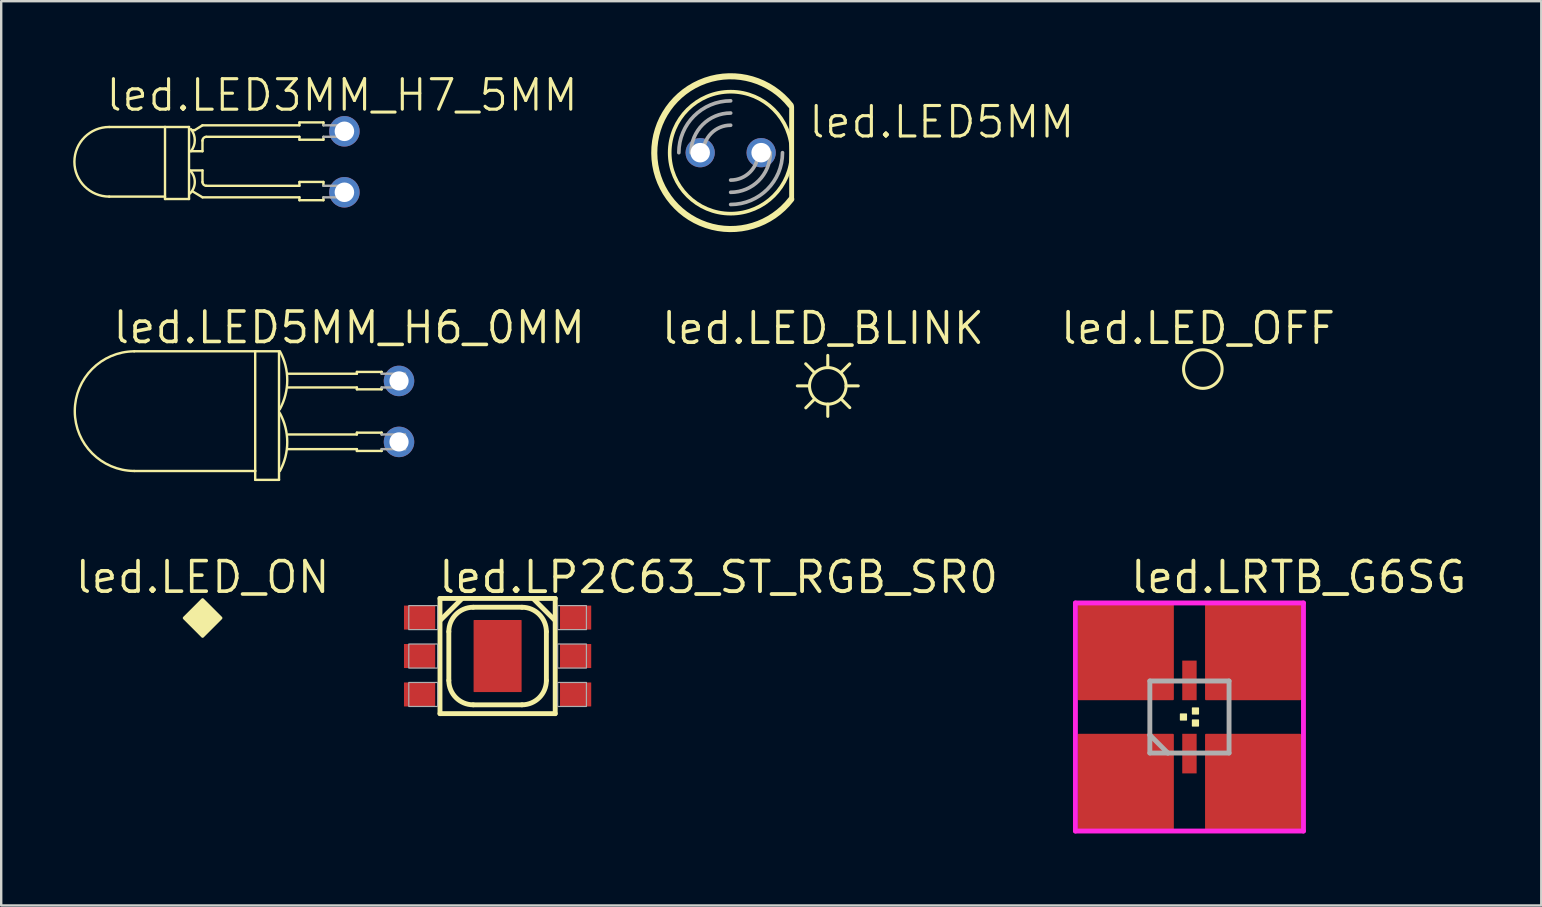
<source format=kicad_pcb>
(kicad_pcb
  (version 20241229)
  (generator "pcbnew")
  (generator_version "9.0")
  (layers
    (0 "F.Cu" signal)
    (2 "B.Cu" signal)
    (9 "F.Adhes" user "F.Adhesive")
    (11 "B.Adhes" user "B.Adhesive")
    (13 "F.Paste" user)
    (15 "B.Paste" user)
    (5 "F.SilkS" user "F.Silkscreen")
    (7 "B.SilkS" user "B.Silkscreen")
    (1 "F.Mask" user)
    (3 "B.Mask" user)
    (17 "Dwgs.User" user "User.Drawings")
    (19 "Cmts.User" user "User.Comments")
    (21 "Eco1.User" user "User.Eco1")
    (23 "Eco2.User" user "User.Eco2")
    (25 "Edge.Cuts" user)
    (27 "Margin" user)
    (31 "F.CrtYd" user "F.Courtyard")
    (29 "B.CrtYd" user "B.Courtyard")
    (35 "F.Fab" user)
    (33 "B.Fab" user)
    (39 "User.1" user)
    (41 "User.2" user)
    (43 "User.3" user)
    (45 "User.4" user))
  (footprint "led.LED5MM"
    (layer "F.Cu")
    (at 27.388 3.31)
    (property "Reference" "led.LED5MM" (at 3.175 -0.533 0) (layer "F.SilkS") (effects (font (size 1.27 1.27) (thickness 0.13)) (justify left bottom)))
    (attr through_hole)
    (fp_line (start 2.54 1.905) (end 2.54 -1.905) (stroke (width 0.203) (type default)) (layer "F.SilkS"))
    (fp_arc (start 2.523657 1.939115) (mid -3.182553 0.019263) (end 2.499999 -1.969522) (stroke (width 0.254) (type default)) (layer "F.SilkS"))
    (fp_circle (center 0 0) (end 2.54 0) (stroke (width 0.152) (type default)) (fill no) (layer "F.SilkS"))
    (fp_arc (start -2.159 0) (mid -1.526644 -1.526644) (end 0 -2.159) (stroke (width 0.1524) (type default)) (layer "F.Fab"))
    (fp_arc (start -1.651 0) (mid -1.167433 -1.167433) (end 0 -1.651) (stroke (width 0.1524) (type default)) (layer "F.Fab"))
    (fp_arc (start -1.143 0) (mid -0.808223 -0.808223) (end 0 -1.143) (stroke (width 0.1524) (type default)) (layer "F.Fab"))
    (fp_arc (start 1.143 0) (mid 0.808223 0.808223) (end 0 1.143) (stroke (width 0.1524) (type default)) (layer "F.Fab"))
    (fp_arc (start 1.651 0) (mid 1.167433 1.167433) (end 0 1.651) (stroke (width 0.1524) (type default)) (layer "F.Fab"))
    (fp_arc (start 2.159 0) (mid 1.526644 1.526644) (end 0 2.159) (stroke (width 0.1524) (type default)) (layer "F.Fab"))
    (pad "A" thru_hole circle (at -1.27 0) (size 1.219 1.219) (drill 0.813) (layers "*.Cu" "*.Mask"))
    (pad "K" thru_hole circle (at 1.27 0) (size 1.219 1.219) (drill 0.813) (layers "*.Cu" "*.Mask")))
  (footprint "led.LED3MM_H7_5MM"
    (layer "F.Cu")
    (at 11.297 3.69)
    (property "Reference" "led.LED3MM_H7_5MM" (at -10.01 -2.03 0) (layer "F.SilkS") (effects (font (size 1.27 1.27) (thickness 0.13)) (justify left bottom)))
    (attr through_hole)
    (fp_line (start -9.797 1.45) (end -7.473 1.45) (stroke (width 0.1) (type default)) (layer "F.SilkS"))
    (fp_line (start -7.473 -1.45) (end -9.797 -1.45) (stroke (width 0.1) (type default)) (layer "F.SilkS"))
    (fp_line (start -7.473 -1.45) (end -7.473 1.55) (stroke (width 0.1) (type default)) (layer "F.SilkS"))
    (fp_line (start -7.473 1.55) (end -6.473 1.55) (stroke (width 0.1) (type default)) (layer "F.SilkS"))
    (fp_line (start -6.473 -1.45) (end -7.473 -1.45) (stroke (width 0.1) (type default)) (layer "F.SilkS"))
    (fp_line (start -6.473 1.55) (end -6.473 -1.45) (stroke (width 0.1) (type default)) (layer "F.SilkS"))
    (fp_line (start -6.433 -0.44) (end -5.912 -0.44) (stroke (width 0.1) (type default)) (layer "F.SilkS"))
    (fp_line (start -6.433 0.36) (end -5.912 0.36) (stroke (width 0.1) (type default)) (layer "F.SilkS"))
    (fp_line (start -6.232 -1.32) (end -6.353 -1.32) (stroke (width 0.1) (type default)) (layer "F.SilkS"))
    (fp_line (start -5.912 -1.52) (end -6.232 -1.32) (stroke (width 0.1) (type default)) (layer "F.SilkS"))
    (fp_line (start -5.912 -0.44) (end -5.912 -0.88) (stroke (width 0.1) (type default)) (layer "F.SilkS"))
    (fp_line (start -5.912 0.36) (end -5.912 0.84) (stroke (width 0.1) (type default)) (layer "F.SilkS"))
    (fp_line (start -5.912 1.48) (end -6.312 1.24) (stroke (width 0.1) (type default)) (layer "F.SilkS"))
    (fp_line (start -5.753 -1.04) (end -1.873 -1.04) (stroke (width 0.1) (type default)) (layer "F.SilkS"))
    (fp_line (start -5.753 1) (end -1.873 1) (stroke (width 0.1) (type default)) (layer "F.SilkS"))
    (fp_line (start -1.873 -1.64) (end -0.873 -1.64) (stroke (width 0.1) (type default)) (layer "F.SilkS"))
    (fp_line (start -1.873 -1.52) (end -5.912 -1.52) (stroke (width 0.1) (type default)) (layer "F.SilkS"))
    (fp_line (start -1.873 -1.52) (end -1.873 -1.64) (stroke (width 0.1) (type default)) (layer "F.SilkS"))
    (fp_line (start -1.873 -1.04) (end -1.873 -0.92) (stroke (width 0.1) (type default)) (layer "F.SilkS"))
    (fp_line (start -1.873 -0.92) (end -0.873 -0.92) (stroke (width 0.1) (type default)) (layer "F.SilkS"))
    (fp_line (start -1.873 0.84) (end -0.873 0.84) (stroke (width 0.1) (type default)) (layer "F.SilkS"))
    (fp_line (start -1.873 1) (end -1.873 0.84) (stroke (width 0.1) (type default)) (layer "F.SilkS"))
    (fp_line (start -1.873 1.48) (end -5.912 1.48) (stroke (width 0.1) (type default)) (layer "F.SilkS"))
    (fp_line (start -1.873 1.6) (end -1.873 1.48) (stroke (width 0.1) (type default)) (layer "F.SilkS"))
    (fp_line (start -0.873 -1.64) (end -0.873 -1.52) (stroke (width 0.1) (type default)) (layer "F.SilkS"))
    (fp_line (start -0.873 -0.92) (end -0.873 -1.04) (stroke (width 0.1) (type default)) (layer "F.SilkS"))
    (fp_line (start -0.873 0.84) (end -0.873 1) (stroke (width 0.1) (type default)) (layer "F.SilkS"))
    (fp_line (start -0.873 1.48) (end -0.873 1.6) (stroke (width 0.1) (type default)) (layer "F.SilkS"))
    (fp_line (start -0.873 1.6) (end -1.873 1.6) (stroke (width 0.1) (type default)) (layer "F.SilkS"))
    (fp_arc (start -9.7975 1.45) (mid -11.2475 0) (end -9.7975 -1.45) (stroke (width 0.1) (type default)) (layer "F.SilkS"))
    (fp_arc (start -6.4325 0.36) (mid -6.2325 0.84) (end -6.4325 1.32) (stroke (width 0.1) (type default)) (layer "F.SilkS"))
    (fp_arc (start -6.3925 -1.36) (mid -6.23223 -0.9) (end -6.3925 -0.44) (stroke (width 0.1) (type default)) (layer "F.SilkS"))
    (fp_arc (start -5.9125 -0.88) (mid -5.865637 -0.993137) (end -5.7525 -1.04) (stroke (width 0.1) (type default)) (layer "F.SilkS"))
    (fp_arc (start -5.7525 1) (mid -5.865637 0.953137) (end -5.9125 0.84) (stroke (width 0.1) (type default)) (layer "F.SilkS"))
    (fp_line (start -0.873 -1.52) (end 0.207 -1.52) (stroke (width 0.1) (type default)) (layer "F.Fab"))
    (fp_line (start -0.873 -1.04) (end 0.207 -1.04) (stroke (width 0.1) (type default)) (layer "F.Fab"))
    (fp_line (start -0.873 1) (end 0.207 1) (stroke (width 0.1) (type default)) (layer "F.Fab"))
    (fp_line (start 0.207 -1.52) (end 0.207 -1.04) (stroke (width 0.1) (type default)) (layer "F.Fab"))
    (fp_line (start 0.207 1) (end 0.207 1.48) (stroke (width 0.1) (type default)) (layer "F.Fab"))
    (fp_line (start 0.207 1.48) (end -0.873 1.48) (stroke (width 0.1) (type default)) (layer "F.Fab"))
    (pad "A" thru_hole circle (at 0 1.27 90) (size 1.27 1.27) (drill 0.813) (layers "*.Cu" "*.Mask"))
    (pad "K" thru_hole circle (at 0 -1.27 90) (size 1.27 1.27) (drill 0.813) (layers "*.Cu" "*.Mask")))
  (footprint "led.LED5MM_H6_0MM"
    (layer "F.Cu")
    (at 13.572 14.089)
    (property "Reference" "led.LED5MM_H6_0MM" (at -12 -2.75 0) (layer "F.SilkS") (effects (font (size 1.27 1.27) (thickness 0.15)) (justify left bottom)))
    (attr through_hole)
    (fp_line (start -11.03 2.481) (end -5.991 2.481) (stroke (width 0.1) (type default)) (layer "F.SilkS"))
    (fp_line (start -5.991 -2.505) (end -11.03 -2.505) (stroke (width 0.1) (type default)) (layer "F.SilkS"))
    (fp_line (start -5.991 -2.505) (end -4.999 -2.505) (stroke (width 0.1) (type default)) (layer "F.SilkS"))
    (fp_line (start -5.991 2.481) (end -5.991 -2.505) (stroke (width 0.1) (type default)) (layer "F.SilkS"))
    (fp_line (start -5.991 2.85) (end -5.991 2.481) (stroke (width 0.1) (type default)) (layer "F.SilkS"))
    (fp_line (start -4.999 -2.505) (end -4.999 2.85) (stroke (width 0.1) (type default)) (layer "F.SilkS"))
    (fp_line (start -4.999 2.85) (end -5.991 2.85) (stroke (width 0.1) (type default)) (layer "F.SilkS"))
    (fp_line (start -4.632 1.571) (end -1.755 1.571) (stroke (width 0.1) (type default)) (layer "F.SilkS"))
    (fp_line (start -4.619 -1.57) (end -1.755 -1.57) (stroke (width 0.1) (type default)) (layer "F.SilkS"))
    (fp_line (start -4.617 -0.997) (end -1.755 -0.997) (stroke (width 0.1) (type default)) (layer "F.SilkS"))
    (fp_line (start -4.617 0.96) (end -1.755 0.96) (stroke (width 0.1) (type default)) (layer "F.SilkS"))
    (fp_line (start -1.755 -1.646) (end -0.724 -1.646) (stroke (width 0.1) (type default)) (layer "F.SilkS"))
    (fp_line (start -1.755 -1.57) (end -1.755 -1.646) (stroke (width 0.1) (type default)) (layer "F.SilkS"))
    (fp_line (start -1.755 -0.997) (end -1.755 -0.921) (stroke (width 0.1) (type default)) (layer "F.SilkS"))
    (fp_line (start -1.755 -0.921) (end -0.724 -0.921) (stroke (width 0.1) (type default)) (layer "F.SilkS"))
    (fp_line (start -1.755 0.884) (end -0.724 0.884) (stroke (width 0.1) (type default)) (layer "F.SilkS"))
    (fp_line (start -1.755 0.96) (end -1.755 0.884) (stroke (width 0.1) (type default)) (layer "F.SilkS"))
    (fp_line (start -1.755 1.571) (end -1.755 1.647) (stroke (width 0.1) (type default)) (layer "F.SilkS"))
    (fp_line (start -1.755 1.647) (end -0.724 1.647) (stroke (width 0.1) (type default)) (layer "F.SilkS"))
    (fp_line (start -0.724 -1.646) (end -0.724 -1.57) (stroke (width 0.1) (type default)) (layer "F.SilkS"))
    (fp_line (start -0.724 -0.921) (end -0.724 -0.997) (stroke (width 0.1) (type default)) (layer "F.SilkS"))
    (fp_line (start -0.724 0.884) (end -0.724 0.96) (stroke (width 0.1) (type default)) (layer "F.SilkS"))
    (fp_line (start -0.724 1.647) (end -0.724 1.571) (stroke (width 0.1) (type default)) (layer "F.SilkS"))
    (fp_arc (start -11.029641 2.480919) (mid -13.522392 -0.011833) (end -11.029641 -2.504584) (stroke (width 0.1) (type default)) (layer "F.SilkS"))
    (fp_arc (start -4.960928 -2.504584) (mid -4.655512 -1.302292) (end -4.960928 -0.1) (stroke (width 0.1) (type default)) (layer "F.SilkS"))
    (fp_arc (start -4.960928 0.076338) (mid -4.655512 1.27863) (end -4.960928 2.480922) (stroke (width 0.1) (type default)) (layer "F.SilkS"))
    (fp_line (start -0.724 -1.57) (end 0.25 -1.57) (stroke (width 0.1) (type default)) (layer "F.Fab"))
    (fp_line (start -0.724 -0.997) (end 0.25 -0.997) (stroke (width 0.1) (type default)) (layer "F.Fab"))
    (fp_line (start -0.724 0.96) (end 0.25 0.96) (stroke (width 0.1) (type default)) (layer "F.Fab"))
    (fp_line (start -0.724 1.571) (end 0.25 1.571) (stroke (width 0.1) (type default)) (layer "F.Fab"))
    (fp_line (start 0.25 -1.57) (end 0.25 -0.997) (stroke (width 0.1) (type default)) (layer "F.Fab"))
    (fp_line (start 0.25 1.571) (end 0.25 0.96) (stroke (width 0.1) (type default)) (layer "F.Fab"))
    (pad "A" thru_hole circle (at 0 1.27) (size 1.27 1.27) (drill 0.8) (layers "*.Cu" "*.Mask"))
    (pad "K" thru_hole circle (at 0 -1.27) (size 1.27 1.27) (drill 0.8) (layers "*.Cu" "*.Mask")))
  (footprint "led.LED_OFF"
    (layer "F.Cu")
    (at 47.058 12.325)
    (property "Reference" "led.LED_OFF" (at -0.2 -1.7 0) (layer "F.SilkS") (effects (font (size 1.27 1.27) (thickness 0.15))))
    (fp_circle (center 0 0) (end 0.803 0) (stroke (width 0.127) (type default)) (fill no) (layer "F.SilkS")))
  (footprint "led.LED_BLINK"
    (layer "F.Cu")
    (at 31.434 13.025)
    (property "Reference" "led.LED_BLINK" (at -0.2 -2.4 0) (layer "F.SilkS") (effects (font (size 1.27 1.27) (thickness 0.15))))
    (fp_line (start -0.92 -0.92) (end -0.561 -0.561) (stroke (width 0.127) (type default)) (layer "F.SilkS"))
    (fp_line (start -0.762 0) (end -1.27 0) (stroke (width 0.127) (type default)) (layer "F.SilkS"))
    (fp_line (start -0.557 0.557) (end -0.916 0.916) (stroke (width 0.127) (type default)) (layer "F.SilkS"))
    (fp_line (start 0 -0.762) (end 0 -1.27) (stroke (width 0.127) (type default)) (layer "F.SilkS"))
    (fp_line (start 0 0.762) (end 0 1.27) (stroke (width 0.127) (type default)) (layer "F.SilkS"))
    (fp_line (start 0.558 0.548) (end 0.917 0.907) (stroke (width 0.127) (type default)) (layer "F.SilkS"))
    (fp_line (start 0.762 0) (end 1.27 0) (stroke (width 0.127) (type default)) (layer "F.SilkS"))
    (fp_line (start 0.913 -0.917) (end 0.554 -0.558) (stroke (width 0.127) (type default)) (layer "F.SilkS"))
    (fp_circle (center 0 0) (end 0.762 0) (stroke (width 0.127) (type default)) (fill no) (layer "F.SilkS")))
  (footprint "led.LRTB_G6SG"
    (layer "F.Cu")
    (at 46.5 26.819)
    (property "Reference" "led.LRTB_G6SG" (at -2.54 -5.08 0) (layer "F.SilkS") (effects (font (size 1.27 1.27) (thickness 0.16)) (justify left bottom)))
    (attr smd)
    (fp_rect (start -1.45 -0.7) (end -0.65 -2.35) (stroke (width 0.05) (type default)) (fill yes) (layer "F.Mask"))
    (fp_rect (start -1.45 2.35) (end -0.65 0.7) (stroke (width 0.05) (type default)) (fill yes) (layer "F.Mask"))
    (fp_rect (start -0.3 -0.7) (end 0.3 -2.35) (stroke (width 0.05) (type default)) (fill yes) (layer "F.Mask"))
    (fp_rect (start -0.3 2.35) (end 0.3 0.7) (stroke (width 0.05) (type default)) (fill yes) (layer "F.Mask"))
    (fp_rect (start 0.65 -0.7) (end 1.45 -2.35) (stroke (width 0.05) (type default)) (fill yes) (layer "F.Mask"))
    (fp_rect (start 0.65 2.35) (end 1.45 0.7) (stroke (width 0.05) (type default)) (fill yes) (layer "F.Mask"))
    (fp_rect (start -0.375 0.125) (end -0.125 -0.125) (stroke (width 0.05) (type default)) (fill yes) (layer "F.SilkS"))
    (fp_rect (start 0.125 -0.125) (end 0.375 -0.375) (stroke (width 0.05) (type default)) (fill yes) (layer "F.SilkS"))
    (fp_rect (start 0.125 0.375) (end 0.375 0.125) (stroke (width 0.05) (type default)) (fill yes) (layer "F.SilkS"))
    (fp_rect (start -1.4 -0.75) (end -0.7 -2.3) (stroke (width 0.05) (type default)) (fill yes) (layer "F.Paste"))
    (fp_rect (start -1.4 2.3) (end -0.7 0.75) (stroke (width 0.05) (type default)) (fill yes) (layer "F.Paste"))
    (fp_rect (start -0.25 -0.75) (end 0.25 -2.3) (stroke (width 0.05) (type default)) (fill yes) (layer "F.Paste"))
    (fp_rect (start -0.25 2.3) (end 0.25 0.75) (stroke (width 0.05) (type default)) (fill yes) (layer "F.Paste"))
    (fp_rect (start 0.7 -0.75) (end 1.4 -2.3) (stroke (width 0.05) (type default)) (fill yes) (layer "F.Paste"))
    (fp_rect (start 0.7 2.3) (end 1.4 0.75) (stroke (width 0.05) (type default)) (fill yes) (layer "F.Paste"))
    (fp_line (start -4.75 -4.75) (end 4.75 -4.75) (stroke (width 0.203) (type default)) (layer "F.CrtYd"))
    (fp_line (start -4.75 4.75) (end -4.75 -4.75) (stroke (width 0.203) (type default)) (layer "F.CrtYd"))
    (fp_line (start 4.75 -4.75) (end 4.75 4.75) (stroke (width 0.203) (type default)) (layer "F.CrtYd"))
    (fp_line (start 4.75 4.75) (end -4.75 4.75) (stroke (width 0.203) (type default)) (layer "F.CrtYd"))
    (fp_line (start -1.65 -1.5) (end 1.65 -1.5) (stroke (width 0.203) (type default)) (layer "F.Fab"))
    (fp_line (start -1.65 0.75) (end -1.65 -1.5) (stroke (width 0.203) (type default)) (layer "F.Fab"))
    (fp_line (start -1.65 0.75) (end -0.9 1.5) (stroke (width 0.203) (type default)) (layer "F.Fab"))
    (fp_line (start -1.65 1.5) (end -1.65 0.75) (stroke (width 0.203) (type default)) (layer "F.Fab"))
    (fp_line (start -0.9 1.5) (end -1.65 1.5) (stroke (width 0.203) (type default)) (layer "F.Fab"))
    (fp_line (start 1.65 -1.5) (end 1.65 1.5) (stroke (width 0.203) (type default)) (layer "F.Fab"))
    (fp_line (start 1.65 1.5) (end -0.9 1.5) (stroke (width 0.203) (type default)) (layer "F.Fab"))
    (pad "1" smd roundrect (at -2.65 2.7) (size 4 4) (layers "F.Cu" "F.Mask" "F.Paste") (roundrect_rratio 0.01))
    (pad "2" smd roundrect (at 0 1.525) (size 0.6 1.65) (layers "F.Cu" "F.Mask" "F.Paste") (roundrect_rratio 0.01))
    (pad "3" smd roundrect (at 2.65 2.7) (size 4 4) (layers "F.Cu" "F.Mask" "F.Paste") (roundrect_rratio 0.01))
    (pad "4" smd roundrect (at 2.65 -2.7 180) (size 4 4) (layers "F.Cu" "F.Mask" "F.Paste") (roundrect_rratio 0.01))
    (pad "5" smd roundrect (at 0 -1.525 180) (size 0.6 1.65) (layers "F.Cu" "F.Mask" "F.Paste") (roundrect_rratio 0.01))
    (pad "6" smd roundrect (at -2.65 -2.7 180) (size 4 4) (layers "F.Cu" "F.Mask" "F.Paste") (roundrect_rratio 0.01)))
  (footprint "led.LED_ON"
    (layer "F.Cu")
    (at 5.39 22.695)
    (property "Reference" "led.LED_ON" (at 0 -1.7 0) (layer "F.SilkS") (effects (font (size 1.27 1.27) (thickness 0.15))))
    (fp_poly (pts (xy 0 -0.762) (xy -0.762 0) (xy 0 0.762) (xy 0.762 0)) (stroke (width 0.127) (type default)) (fill yes) (layer "F.SilkS")))
  (footprint "led.LP2C63_ST_RGB_SR0"
    (layer "F.Cu")
    (at 17.679 24.279)
    (property "Reference" "led.LP2C63_ST_RGB_SR0" (at -2.54 -2.54 0) (layer "F.SilkS") (effects (font (size 1.27 1.27) (thickness 0.16)) (justify left bottom)))
    (attr smd)
    (fp_line (start -2.4 -2.4) (end 2.4 -2.4) (stroke (width 0.203) (type default)) (layer "F.SilkS"))
    (fp_line (start -2.4 2.4) (end -2.4 -2.4) (stroke (width 0.203) (type default)) (layer "F.SilkS"))
    (fp_line (start -2.375 -1.5) (end -1.5 -2.375) (stroke (width 0.203) (type default)) (layer "F.SilkS"))
    (fp_line (start -2.032 1.016) (end -2.032 -1.016) (stroke (width 0.203) (type default)) (layer "F.SilkS"))
    (fp_line (start -1.016 -2.032) (end 1.016 -2.032) (stroke (width 0.203) (type default)) (layer "F.SilkS"))
    (fp_line (start 1.016 2.032) (end -1.016 2.032) (stroke (width 0.203) (type default)) (layer "F.SilkS"))
    (fp_line (start 1.5 -2.375) (end 2.375 -1.5) (stroke (width 0.203) (type default)) (layer "F.SilkS"))
    (fp_line (start 2.032 1.016) (end 2.032 -1.016) (stroke (width 0.203) (type default)) (layer "F.SilkS"))
    (fp_line (start 2.4 -2.4) (end 2.4 2.4) (stroke (width 0.203) (type default)) (layer "F.SilkS"))
    (fp_line (start 2.4 2.4) (end -2.4 2.4) (stroke (width 0.203) (type default)) (layer "F.SilkS"))
    (fp_arc (start -2.032 -1.016) (mid -1.73442 -1.73442) (end -1.016 -2.032) (stroke (width 0.2032) (type default)) (layer "F.SilkS"))
    (fp_arc (start -1.016 2.032) (mid -1.73442 1.73442) (end -2.032 1.016) (stroke (width 0.2032) (type default)) (layer "F.SilkS"))
    (fp_arc (start 1.016 -2.032) (mid 1.73442 -1.73442) (end 2.032 -1.016) (stroke (width 0.2032) (type default)) (layer "F.SilkS"))
    (fp_arc (start 2.032 1.016) (mid 1.73442 1.73442) (end 1.016 2.032) (stroke (width 0.2032) (type default)) (layer "F.SilkS"))
    (fp_rect (start -3.7 -1.1) (end -2.5 -2.1) (stroke (width 0.05) (type default)) (fill no) (layer "F.Fab"))
    (fp_rect (start -3.7 0.5) (end -2.5 -0.5) (stroke (width 0.05) (type default)) (fill no) (layer "F.Fab"))
    (fp_rect (start -3.7 2.1) (end -2.5 1.1) (stroke (width 0.05) (type default)) (fill no) (layer "F.Fab"))
    (fp_rect (start 2.5 -1.1) (end 3.7 -2.1) (stroke (width 0.05) (type default)) (fill no) (layer "F.Fab"))
    (fp_rect (start 2.5 0.5) (end 3.7 -0.5) (stroke (width 0.05) (type default)) (fill no) (layer "F.Fab"))
    (fp_rect (start 2.5 2.1) (end 3.7 1.1) (stroke (width 0.05) (type default)) (fill no) (layer "F.Fab"))
    (pad "1" smd roundrect (at -3.25 -1.6) (size 1.3 1) (layers "F.Cu" "F.Mask" "F.Paste") (roundrect_rratio 0.01))
    (pad "2" smd roundrect (at -3.25 0) (size 1.3 1) (layers "F.Cu" "F.Mask" "F.Paste") (roundrect_rratio 0.01))
    (pad "3" smd roundrect (at -3.25 1.6) (size 1.3 1) (layers "F.Cu" "F.Mask" "F.Paste") (roundrect_rratio 0.01))
    (pad "4" smd roundrect (at 3.25 1.6 180) (size 1.3 1) (layers "F.Cu" "F.Mask" "F.Paste") (roundrect_rratio 0.01))
    (pad "5" smd roundrect (at 3.25 0 180) (size 1.3 1) (layers "F.Cu" "F.Mask" "F.Paste") (roundrect_rratio 0.01))
    (pad "6" smd roundrect (at 3.25 -1.6 180) (size 1.3 1) (layers "F.Cu" "F.Mask" "F.Paste") (roundrect_rratio 0.01))
    (pad "TH" smd roundrect (at 0 0) (size 2 3) (layers "F.Cu" "F.Mask" "F.Paste") (roundrect_rratio 0.01)))
  (gr_rect
    (start -3 -3)
    (end 61.156 34.671)
    (stroke (width 0.1) (type default))
    (fill no)
    (layer "Edge.Cuts")))
</source>
